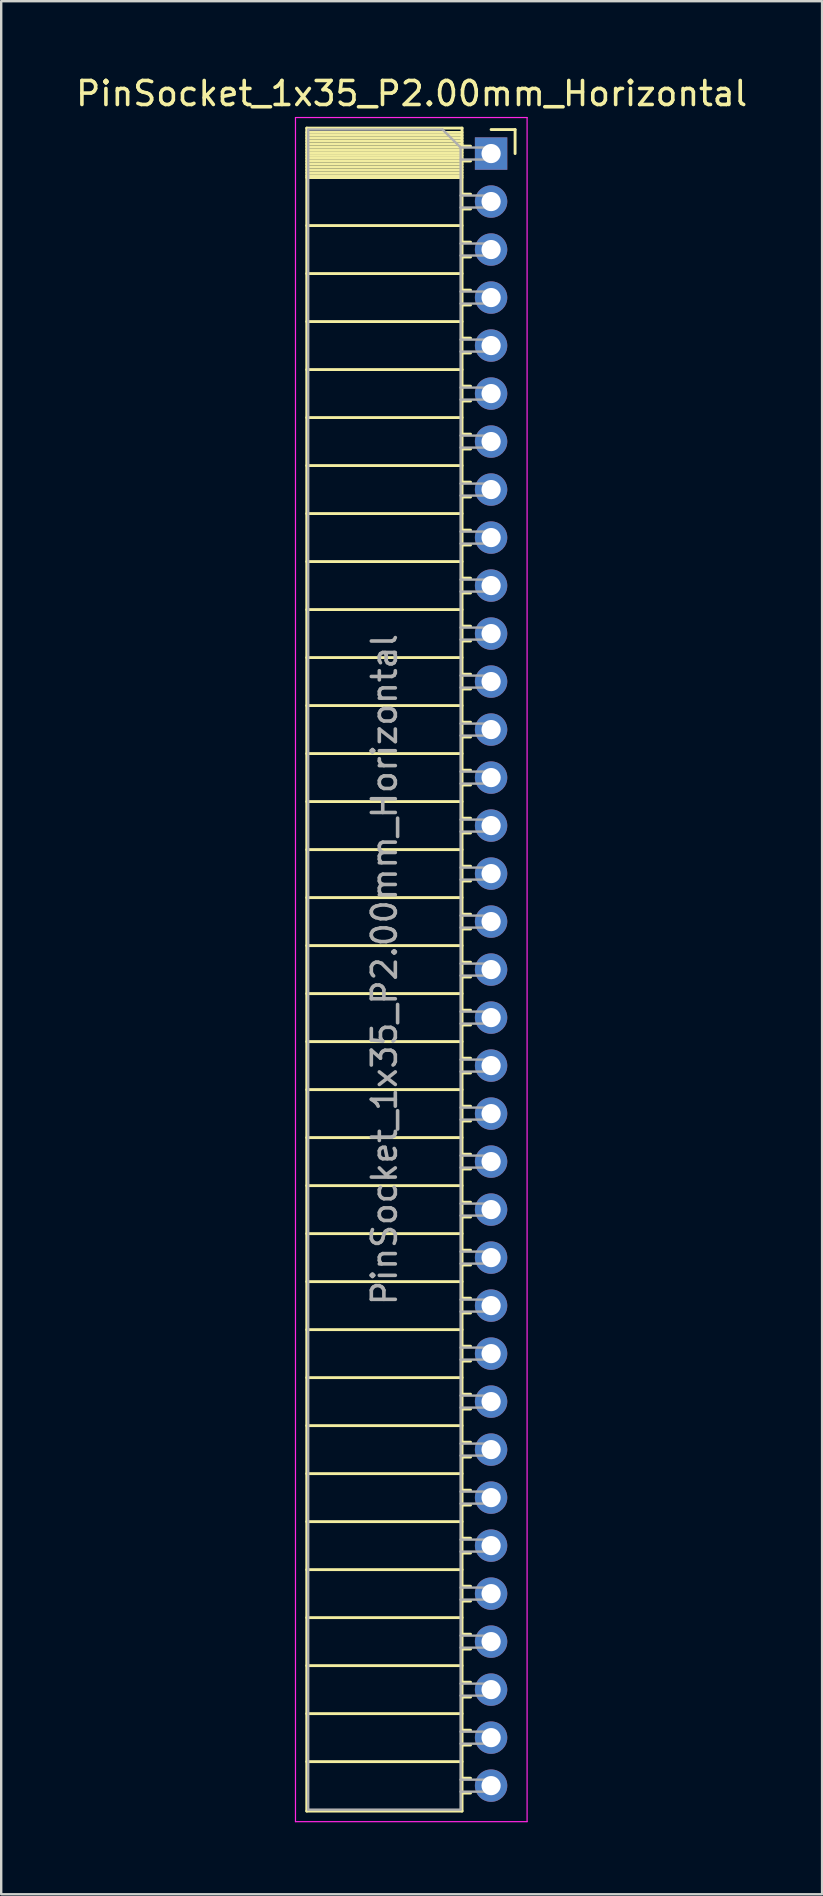
<source format=kicad_pcb>
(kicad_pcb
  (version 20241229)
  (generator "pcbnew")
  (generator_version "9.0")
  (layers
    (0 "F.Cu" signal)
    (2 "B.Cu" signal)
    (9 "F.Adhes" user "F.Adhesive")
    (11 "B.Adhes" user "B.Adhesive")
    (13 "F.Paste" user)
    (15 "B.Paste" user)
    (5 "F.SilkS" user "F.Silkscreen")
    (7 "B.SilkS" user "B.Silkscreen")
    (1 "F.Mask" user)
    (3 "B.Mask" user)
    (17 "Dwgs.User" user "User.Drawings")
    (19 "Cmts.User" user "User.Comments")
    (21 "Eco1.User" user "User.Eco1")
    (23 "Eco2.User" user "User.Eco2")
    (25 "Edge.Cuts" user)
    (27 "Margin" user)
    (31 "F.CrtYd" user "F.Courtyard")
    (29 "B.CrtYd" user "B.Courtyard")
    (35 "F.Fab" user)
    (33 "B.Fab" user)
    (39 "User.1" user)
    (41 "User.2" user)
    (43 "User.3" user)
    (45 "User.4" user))
  (footprint "PinSocket_1x35_P2.00mm_Horizontal"
    (layer "F.Cu")
    (at 17.411 3.348)
    (property "Reference" "PinSocket_1x35_P2.00mm_Horizontal" (at -3.31 -2.5 0) (layer "F.SilkS") (effects (font (size 1 1) (thickness 0.15))))
    (attr through_hole)
    (fp_line (start -7.68 -1.06) (end -1.21 -1.06) (stroke (width 0.12) (type solid)) (layer "F.SilkS"))
    (fp_line (start -7.68 -0.88) (end -1.21 -0.88) (stroke (width 0.12) (type solid)) (layer "F.SilkS"))
    (fp_line (start -7.68 -0.76) (end -1.21 -0.76) (stroke (width 0.12) (type solid)) (layer "F.SilkS"))
    (fp_line (start -7.68 -0.64) (end -1.21 -0.64) (stroke (width 0.12) (type solid)) (layer "F.SilkS"))
    (fp_line (start -7.68 -0.52) (end -1.21 -0.52) (stroke (width 0.12) (type solid)) (layer "F.SilkS"))
    (fp_line (start -7.68 -0.4) (end -1.21 -0.4) (stroke (width 0.12) (type solid)) (layer "F.SilkS"))
    (fp_line (start -7.68 -0.28) (end -1.21 -0.28) (stroke (width 0.12) (type solid)) (layer "F.SilkS"))
    (fp_line (start -7.68 -0.16) (end -1.21 -0.16) (stroke (width 0.12) (type solid)) (layer "F.SilkS"))
    (fp_line (start -7.68 -0.04) (end -1.21 -0.04) (stroke (width 0.12) (type solid)) (layer "F.SilkS"))
    (fp_line (start -7.68 0.08) (end -1.21 0.08) (stroke (width 0.12) (type solid)) (layer "F.SilkS"))
    (fp_line (start -7.68 0.2) (end -1.21 0.2) (stroke (width 0.12) (type solid)) (layer "F.SilkS"))
    (fp_line (start -7.68 0.32) (end -1.21 0.32) (stroke (width 0.12) (type solid)) (layer "F.SilkS"))
    (fp_line (start -7.68 0.44) (end -1.21 0.44) (stroke (width 0.12) (type solid)) (layer "F.SilkS"))
    (fp_line (start -7.68 0.56) (end -1.21 0.56) (stroke (width 0.12) (type solid)) (layer "F.SilkS"))
    (fp_line (start -7.68 0.68) (end -1.21 0.68) (stroke (width 0.12) (type solid)) (layer "F.SilkS"))
    (fp_line (start -7.68 0.8) (end -1.21 0.8) (stroke (width 0.12) (type solid)) (layer "F.SilkS"))
    (fp_line (start -7.68 0.92) (end -1.21 0.92) (stroke (width 0.12) (type solid)) (layer "F.SilkS"))
    (fp_line (start -7.68 1) (end -1.21 1) (stroke (width 0.12) (type solid)) (layer "F.SilkS"))
    (fp_line (start -7.68 3) (end -1.21 3) (stroke (width 0.12) (type solid)) (layer "F.SilkS"))
    (fp_line (start -7.68 5) (end -1.21 5) (stroke (width 0.12) (type solid)) (layer "F.SilkS"))
    (fp_line (start -7.68 7) (end -1.21 7) (stroke (width 0.12) (type solid)) (layer "F.SilkS"))
    (fp_line (start -7.68 9) (end -1.21 9) (stroke (width 0.12) (type solid)) (layer "F.SilkS"))
    (fp_line (start -7.68 11) (end -1.21 11) (stroke (width 0.12) (type solid)) (layer "F.SilkS"))
    (fp_line (start -7.68 13) (end -1.21 13) (stroke (width 0.12) (type solid)) (layer "F.SilkS"))
    (fp_line (start -7.68 15) (end -1.21 15) (stroke (width 0.12) (type solid)) (layer "F.SilkS"))
    (fp_line (start -7.68 17) (end -1.21 17) (stroke (width 0.12) (type solid)) (layer "F.SilkS"))
    (fp_line (start -7.68 19) (end -1.21 19) (stroke (width 0.12) (type solid)) (layer "F.SilkS"))
    (fp_line (start -7.68 21) (end -1.21 21) (stroke (width 0.12) (type solid)) (layer "F.SilkS"))
    (fp_line (start -7.68 23) (end -1.21 23) (stroke (width 0.12) (type solid)) (layer "F.SilkS"))
    (fp_line (start -7.68 25) (end -1.21 25) (stroke (width 0.12) (type solid)) (layer "F.SilkS"))
    (fp_line (start -7.68 27) (end -1.21 27) (stroke (width 0.12) (type solid)) (layer "F.SilkS"))
    (fp_line (start -7.68 29) (end -1.21 29) (stroke (width 0.12) (type solid)) (layer "F.SilkS"))
    (fp_line (start -7.68 31) (end -1.21 31) (stroke (width 0.12) (type solid)) (layer "F.SilkS"))
    (fp_line (start -7.68 33) (end -1.21 33) (stroke (width 0.12) (type solid)) (layer "F.SilkS"))
    (fp_line (start -7.68 35) (end -1.21 35) (stroke (width 0.12) (type solid)) (layer "F.SilkS"))
    (fp_line (start -7.68 37) (end -1.21 37) (stroke (width 0.12) (type solid)) (layer "F.SilkS"))
    (fp_line (start -7.68 39) (end -1.21 39) (stroke (width 0.12) (type solid)) (layer "F.SilkS"))
    (fp_line (start -7.68 41) (end -1.21 41) (stroke (width 0.12) (type solid)) (layer "F.SilkS"))
    (fp_line (start -7.68 43) (end -1.21 43) (stroke (width 0.12) (type solid)) (layer "F.SilkS"))
    (fp_line (start -7.68 45) (end -1.21 45) (stroke (width 0.12) (type solid)) (layer "F.SilkS"))
    (fp_line (start -7.68 47) (end -1.21 47) (stroke (width 0.12) (type solid)) (layer "F.SilkS"))
    (fp_line (start -7.68 49) (end -1.21 49) (stroke (width 0.12) (type solid)) (layer "F.SilkS"))
    (fp_line (start -7.68 51) (end -1.21 51) (stroke (width 0.12) (type solid)) (layer "F.SilkS"))
    (fp_line (start -7.68 53) (end -1.21 53) (stroke (width 0.12) (type solid)) (layer "F.SilkS"))
    (fp_line (start -7.68 55) (end -1.21 55) (stroke (width 0.12) (type solid)) (layer "F.SilkS"))
    (fp_line (start -7.68 57) (end -1.21 57) (stroke (width 0.12) (type solid)) (layer "F.SilkS"))
    (fp_line (start -7.68 59) (end -1.21 59) (stroke (width 0.12) (type solid)) (layer "F.SilkS"))
    (fp_line (start -7.68 61) (end -1.21 61) (stroke (width 0.12) (type solid)) (layer "F.SilkS"))
    (fp_line (start -7.68 63) (end -1.21 63) (stroke (width 0.12) (type solid)) (layer "F.SilkS"))
    (fp_line (start -7.68 65) (end -1.21 65) (stroke (width 0.12) (type solid)) (layer "F.SilkS"))
    (fp_line (start -7.68 67) (end -1.21 67) (stroke (width 0.12) (type solid)) (layer "F.SilkS"))
    (fp_line (start -7.68 69.06) (end -7.68 -1.06) (stroke (width 0.12) (type solid)) (layer "F.SilkS"))
    (fp_line (start -1.21 -1.06) (end -1.21 69.06) (stroke (width 0.12) (type solid)) (layer "F.SilkS"))
    (fp_line (start -1.21 -0.31) (end -0.855 -0.31) (stroke (width 0.12) (type solid)) (layer "F.SilkS"))
    (fp_line (start -1.21 1.69) (end -0.855 1.69) (stroke (width 0.12) (type solid)) (layer "F.SilkS"))
    (fp_line (start -1.21 3.69) (end -0.855 3.69) (stroke (width 0.12) (type solid)) (layer "F.SilkS"))
    (fp_line (start -1.21 5.69) (end -0.855 5.69) (stroke (width 0.12) (type solid)) (layer "F.SilkS"))
    (fp_line (start -1.21 7.69) (end -0.855 7.69) (stroke (width 0.12) (type solid)) (layer "F.SilkS"))
    (fp_line (start -1.21 9.69) (end -0.855 9.69) (stroke (width 0.12) (type solid)) (layer "F.SilkS"))
    (fp_line (start -1.21 11.69) (end -0.855 11.69) (stroke (width 0.12) (type solid)) (layer "F.SilkS"))
    (fp_line (start -1.21 13.69) (end -0.855 13.69) (stroke (width 0.12) (type solid)) (layer "F.SilkS"))
    (fp_line (start -1.21 15.69) (end -0.855 15.69) (stroke (width 0.12) (type solid)) (layer "F.SilkS"))
    (fp_line (start -1.21 17.69) (end -0.855 17.69) (stroke (width 0.12) (type solid)) (layer "F.SilkS"))
    (fp_line (start -1.21 19.69) (end -0.855 19.69) (stroke (width 0.12) (type solid)) (layer "F.SilkS"))
    (fp_line (start -1.21 21.69) (end -0.855 21.69) (stroke (width 0.12) (type solid)) (layer "F.SilkS"))
    (fp_line (start -1.21 23.69) (end -0.855 23.69) (stroke (width 0.12) (type solid)) (layer "F.SilkS"))
    (fp_line (start -1.21 25.69) (end -0.855 25.69) (stroke (width 0.12) (type solid)) (layer "F.SilkS"))
    (fp_line (start -1.21 27.69) (end -0.855 27.69) (stroke (width 0.12) (type solid)) (layer "F.SilkS"))
    (fp_line (start -1.21 29.69) (end -0.855 29.69) (stroke (width 0.12) (type solid)) (layer "F.SilkS"))
    (fp_line (start -1.21 31.69) (end -0.855 31.69) (stroke (width 0.12) (type solid)) (layer "F.SilkS"))
    (fp_line (start -1.21 33.69) (end -0.855 33.69) (stroke (width 0.12) (type solid)) (layer "F.SilkS"))
    (fp_line (start -1.21 35.69) (end -0.855 35.69) (stroke (width 0.12) (type solid)) (layer "F.SilkS"))
    (fp_line (start -1.21 37.69) (end -0.855 37.69) (stroke (width 0.12) (type solid)) (layer "F.SilkS"))
    (fp_line (start -1.21 39.69) (end -0.855 39.69) (stroke (width 0.12) (type solid)) (layer "F.SilkS"))
    (fp_line (start -1.21 41.69) (end -0.855 41.69) (stroke (width 0.12) (type solid)) (layer "F.SilkS"))
    (fp_line (start -1.21 43.69) (end -0.855 43.69) (stroke (width 0.12) (type solid)) (layer "F.SilkS"))
    (fp_line (start -1.21 45.69) (end -0.855 45.69) (stroke (width 0.12) (type solid)) (layer "F.SilkS"))
    (fp_line (start -1.21 47.69) (end -0.855 47.69) (stroke (width 0.12) (type solid)) (layer "F.SilkS"))
    (fp_line (start -1.21 49.69) (end -0.855 49.69) (stroke (width 0.12) (type solid)) (layer "F.SilkS"))
    (fp_line (start -1.21 51.69) (end -0.855 51.69) (stroke (width 0.12) (type solid)) (layer "F.SilkS"))
    (fp_line (start -1.21 53.69) (end -0.855 53.69) (stroke (width 0.12) (type solid)) (layer "F.SilkS"))
    (fp_line (start -1.21 55.69) (end -0.855 55.69) (stroke (width 0.12) (type solid)) (layer "F.SilkS"))
    (fp_line (start -1.21 57.69) (end -0.855 57.69) (stroke (width 0.12) (type solid)) (layer "F.SilkS"))
    (fp_line (start -1.21 59.69) (end -0.855 59.69) (stroke (width 0.12) (type solid)) (layer "F.SilkS"))
    (fp_line (start -1.21 61.69) (end -0.855 61.69) (stroke (width 0.12) (type solid)) (layer "F.SilkS"))
    (fp_line (start -1.21 63.69) (end -0.855 63.69) (stroke (width 0.12) (type solid)) (layer "F.SilkS"))
    (fp_line (start -1.21 65.69) (end -0.855 65.69) (stroke (width 0.12) (type solid)) (layer "F.SilkS"))
    (fp_line (start -1.21 67.69) (end -0.855 67.69) (stroke (width 0.12) (type solid)) (layer "F.SilkS"))
    (fp_line (start -1.21 69.06) (end -7.68 69.06) (stroke (width 0.12) (type solid)) (layer "F.SilkS"))
    (fp_line (start -0.855 0.31) (end -1.21 0.31) (stroke (width 0.12) (type solid)) (layer "F.SilkS"))
    (fp_line (start -0.855 2.31) (end -1.21 2.31) (stroke (width 0.12) (type solid)) (layer "F.SilkS"))
    (fp_line (start -0.855 4.31) (end -1.21 4.31) (stroke (width 0.12) (type solid)) (layer "F.SilkS"))
    (fp_line (start -0.855 6.31) (end -1.21 6.31) (stroke (width 0.12) (type solid)) (layer "F.SilkS"))
    (fp_line (start -0.855 8.31) (end -1.21 8.31) (stroke (width 0.12) (type solid)) (layer "F.SilkS"))
    (fp_line (start -0.855 10.31) (end -1.21 10.31) (stroke (width 0.12) (type solid)) (layer "F.SilkS"))
    (fp_line (start -0.855 12.31) (end -1.21 12.31) (stroke (width 0.12) (type solid)) (layer "F.SilkS"))
    (fp_line (start -0.855 14.31) (end -1.21 14.31) (stroke (width 0.12) (type solid)) (layer "F.SilkS"))
    (fp_line (start -0.855 16.31) (end -1.21 16.31) (stroke (width 0.12) (type solid)) (layer "F.SilkS"))
    (fp_line (start -0.855 18.31) (end -1.21 18.31) (stroke (width 0.12) (type solid)) (layer "F.SilkS"))
    (fp_line (start -0.855 20.31) (end -1.21 20.31) (stroke (width 0.12) (type solid)) (layer "F.SilkS"))
    (fp_line (start -0.855 22.31) (end -1.21 22.31) (stroke (width 0.12) (type solid)) (layer "F.SilkS"))
    (fp_line (start -0.855 24.31) (end -1.21 24.31) (stroke (width 0.12) (type solid)) (layer "F.SilkS"))
    (fp_line (start -0.855 26.31) (end -1.21 26.31) (stroke (width 0.12) (type solid)) (layer "F.SilkS"))
    (fp_line (start -0.855 28.31) (end -1.21 28.31) (stroke (width 0.12) (type solid)) (layer "F.SilkS"))
    (fp_line (start -0.855 30.31) (end -1.21 30.31) (stroke (width 0.12) (type solid)) (layer "F.SilkS"))
    (fp_line (start -0.855 32.31) (end -1.21 32.31) (stroke (width 0.12) (type solid)) (layer "F.SilkS"))
    (fp_line (start -0.855 34.31) (end -1.21 34.31) (stroke (width 0.12) (type solid)) (layer "F.SilkS"))
    (fp_line (start -0.855 36.31) (end -1.21 36.31) (stroke (width 0.12) (type solid)) (layer "F.SilkS"))
    (fp_line (start -0.855 38.31) (end -1.21 38.31) (stroke (width 0.12) (type solid)) (layer "F.SilkS"))
    (fp_line (start -0.855 40.31) (end -1.21 40.31) (stroke (width 0.12) (type solid)) (layer "F.SilkS"))
    (fp_line (start -0.855 42.31) (end -1.21 42.31) (stroke (width 0.12) (type solid)) (layer "F.SilkS"))
    (fp_line (start -0.855 44.31) (end -1.21 44.31) (stroke (width 0.12) (type solid)) (layer "F.SilkS"))
    (fp_line (start -0.855 46.31) (end -1.21 46.31) (stroke (width 0.12) (type solid)) (layer "F.SilkS"))
    (fp_line (start -0.855 48.31) (end -1.21 48.31) (stroke (width 0.12) (type solid)) (layer "F.SilkS"))
    (fp_line (start -0.855 50.31) (end -1.21 50.31) (stroke (width 0.12) (type solid)) (layer "F.SilkS"))
    (fp_line (start -0.855 52.31) (end -1.21 52.31) (stroke (width 0.12) (type solid)) (layer "F.SilkS"))
    (fp_line (start -0.855 54.31) (end -1.21 54.31) (stroke (width 0.12) (type solid)) (layer "F.SilkS"))
    (fp_line (start -0.855 56.31) (end -1.21 56.31) (stroke (width 0.12) (type solid)) (layer "F.SilkS"))
    (fp_line (start -0.855 58.31) (end -1.21 58.31) (stroke (width 0.12) (type solid)) (layer "F.SilkS"))
    (fp_line (start -0.855 60.31) (end -1.21 60.31) (stroke (width 0.12) (type solid)) (layer "F.SilkS"))
    (fp_line (start -0.855 62.31) (end -1.21 62.31) (stroke (width 0.12) (type solid)) (layer "F.SilkS"))
    (fp_line (start -0.855 64.31) (end -1.21 64.31) (stroke (width 0.12) (type solid)) (layer "F.SilkS"))
    (fp_line (start -0.855 66.31) (end -1.21 66.31) (stroke (width 0.12) (type solid)) (layer "F.SilkS"))
    (fp_line (start -0.855 68.31) (end -1.21 68.31) (stroke (width 0.12) (type solid)) (layer "F.SilkS"))
    (fp_line (start 0 -1) (end 1 -1) (stroke (width 0.12) (type solid)) (layer "F.SilkS"))
    (fp_line (start 1 -1) (end 1 0) (stroke (width 0.12) (type solid)) (layer "F.SilkS"))
    (fp_line (start -8.15 -1.5) (end -8.15 69.5) (stroke (width 0.05) (type solid)) (layer "F.CrtYd"))
    (fp_line (start -8.15 69.5) (end 1.5 69.5) (stroke (width 0.05) (type solid)) (layer "F.CrtYd"))
    (fp_line (start 1.5 -1.5) (end -8.15 -1.5) (stroke (width 0.05) (type solid)) (layer "F.CrtYd"))
    (fp_line (start 1.5 69.5) (end 1.5 -1.5) (stroke (width 0.05) (type solid)) (layer "F.CrtYd"))
    (fp_line (start -7.62 -1) (end -2.02 -1) (stroke (width 0.1) (type solid)) (layer "F.Fab"))
    (fp_line (start -7.62 69) (end -7.62 -1) (stroke (width 0.1) (type solid)) (layer "F.Fab"))
    (fp_line (start -2.02 -1) (end -1.27 -0.25) (stroke (width 0.1) (type solid)) (layer "F.Fab"))
    (fp_line (start -1.27 -0.25) (end -1.27 69) (stroke (width 0.1) (type solid)) (layer "F.Fab"))
    (fp_line (start -1.27 0.25) (end 0 0.25) (stroke (width 0.1) (type solid)) (layer "F.Fab"))
    (fp_line (start -1.27 2.25) (end 0 2.25) (stroke (width 0.1) (type solid)) (layer "F.Fab"))
    (fp_line (start -1.27 4.25) (end 0 4.25) (stroke (width 0.1) (type solid)) (layer "F.Fab"))
    (fp_line (start -1.27 6.25) (end 0 6.25) (stroke (width 0.1) (type solid)) (layer "F.Fab"))
    (fp_line (start -1.27 8.25) (end 0 8.25) (stroke (width 0.1) (type solid)) (layer "F.Fab"))
    (fp_line (start -1.27 10.25) (end 0 10.25) (stroke (width 0.1) (type solid)) (layer "F.Fab"))
    (fp_line (start -1.27 12.25) (end 0 12.25) (stroke (width 0.1) (type solid)) (layer "F.Fab"))
    (fp_line (start -1.27 14.25) (end 0 14.25) (stroke (width 0.1) (type solid)) (layer "F.Fab"))
    (fp_line (start -1.27 16.25) (end 0 16.25) (stroke (width 0.1) (type solid)) (layer "F.Fab"))
    (fp_line (start -1.27 18.25) (end 0 18.25) (stroke (width 0.1) (type solid)) (layer "F.Fab"))
    (fp_line (start -1.27 20.25) (end 0 20.25) (stroke (width 0.1) (type solid)) (layer "F.Fab"))
    (fp_line (start -1.27 22.25) (end 0 22.25) (stroke (width 0.1) (type solid)) (layer "F.Fab"))
    (fp_line (start -1.27 24.25) (end 0 24.25) (stroke (width 0.1) (type solid)) (layer "F.Fab"))
    (fp_line (start -1.27 26.25) (end 0 26.25) (stroke (width 0.1) (type solid)) (layer "F.Fab"))
    (fp_line (start -1.27 28.25) (end 0 28.25) (stroke (width 0.1) (type solid)) (layer "F.Fab"))
    (fp_line (start -1.27 30.25) (end 0 30.25) (stroke (width 0.1) (type solid)) (layer "F.Fab"))
    (fp_line (start -1.27 32.25) (end 0 32.25) (stroke (width 0.1) (type solid)) (layer "F.Fab"))
    (fp_line (start -1.27 34.25) (end 0 34.25) (stroke (width 0.1) (type solid)) (layer "F.Fab"))
    (fp_line (start -1.27 36.25) (end 0 36.25) (stroke (width 0.1) (type solid)) (layer "F.Fab"))
    (fp_line (start -1.27 38.25) (end 0 38.25) (stroke (width 0.1) (type solid)) (layer "F.Fab"))
    (fp_line (start -1.27 40.25) (end 0 40.25) (stroke (width 0.1) (type solid)) (layer "F.Fab"))
    (fp_line (start -1.27 42.25) (end 0 42.25) (stroke (width 0.1) (type solid)) (layer "F.Fab"))
    (fp_line (start -1.27 44.25) (end 0 44.25) (stroke (width 0.1) (type solid)) (layer "F.Fab"))
    (fp_line (start -1.27 46.25) (end 0 46.25) (stroke (width 0.1) (type solid)) (layer "F.Fab"))
    (fp_line (start -1.27 48.25) (end 0 48.25) (stroke (width 0.1) (type solid)) (layer "F.Fab"))
    (fp_line (start -1.27 50.25) (end 0 50.25) (stroke (width 0.1) (type solid)) (layer "F.Fab"))
    (fp_line (start -1.27 52.25) (end 0 52.25) (stroke (width 0.1) (type solid)) (layer "F.Fab"))
    (fp_line (start -1.27 54.25) (end 0 54.25) (stroke (width 0.1) (type solid)) (layer "F.Fab"))
    (fp_line (start -1.27 56.25) (end 0 56.25) (stroke (width 0.1) (type solid)) (layer "F.Fab"))
    (fp_line (start -1.27 58.25) (end 0 58.25) (stroke (width 0.1) (type solid)) (layer "F.Fab"))
    (fp_line (start -1.27 60.25) (end 0 60.25) (stroke (width 0.1) (type solid)) (layer "F.Fab"))
    (fp_line (start -1.27 62.25) (end 0 62.25) (stroke (width 0.1) (type solid)) (layer "F.Fab"))
    (fp_line (start -1.27 64.25) (end 0 64.25) (stroke (width 0.1) (type solid)) (layer "F.Fab"))
    (fp_line (start -1.27 66.25) (end 0 66.25) (stroke (width 0.1) (type solid)) (layer "F.Fab"))
    (fp_line (start -1.27 68.25) (end 0 68.25) (stroke (width 0.1) (type solid)) (layer "F.Fab"))
    (fp_line (start -1.27 69) (end -7.62 69) (stroke (width 0.1) (type solid)) (layer "F.Fab"))
    (fp_line (start 0 -0.25) (end -1.27 -0.25) (stroke (width 0.1) (type solid)) (layer "F.Fab"))
    (fp_line (start 0 0.25) (end 0 -0.25) (stroke (width 0.1) (type solid)) (layer "F.Fab"))
    (fp_line (start 0 1.75) (end -1.27 1.75) (stroke (width 0.1) (type solid)) (layer "F.Fab"))
    (fp_line (start 0 2.25) (end 0 1.75) (stroke (width 0.1) (type solid)) (layer "F.Fab"))
    (fp_line (start 0 3.75) (end -1.27 3.75) (stroke (width 0.1) (type solid)) (layer "F.Fab"))
    (fp_line (start 0 4.25) (end 0 3.75) (stroke (width 0.1) (type solid)) (layer "F.Fab"))
    (fp_line (start 0 5.75) (end -1.27 5.75) (stroke (width 0.1) (type solid)) (layer "F.Fab"))
    (fp_line (start 0 6.25) (end 0 5.75) (stroke (width 0.1) (type solid)) (layer "F.Fab"))
    (fp_line (start 0 7.75) (end -1.27 7.75) (stroke (width 0.1) (type solid)) (layer "F.Fab"))
    (fp_line (start 0 8.25) (end 0 7.75) (stroke (width 0.1) (type solid)) (layer "F.Fab"))
    (fp_line (start 0 9.75) (end -1.27 9.75) (stroke (width 0.1) (type solid)) (layer "F.Fab"))
    (fp_line (start 0 10.25) (end 0 9.75) (stroke (width 0.1) (type solid)) (layer "F.Fab"))
    (fp_line (start 0 11.75) (end -1.27 11.75) (stroke (width 0.1) (type solid)) (layer "F.Fab"))
    (fp_line (start 0 12.25) (end 0 11.75) (stroke (width 0.1) (type solid)) (layer "F.Fab"))
    (fp_line (start 0 13.75) (end -1.27 13.75) (stroke (width 0.1) (type solid)) (layer "F.Fab"))
    (fp_line (start 0 14.25) (end 0 13.75) (stroke (width 0.1) (type solid)) (layer "F.Fab"))
    (fp_line (start 0 15.75) (end -1.27 15.75) (stroke (width 0.1) (type solid)) (layer "F.Fab"))
    (fp_line (start 0 16.25) (end 0 15.75) (stroke (width 0.1) (type solid)) (layer "F.Fab"))
    (fp_line (start 0 17.75) (end -1.27 17.75) (stroke (width 0.1) (type solid)) (layer "F.Fab"))
    (fp_line (start 0 18.25) (end 0 17.75) (stroke (width 0.1) (type solid)) (layer "F.Fab"))
    (fp_line (start 0 19.75) (end -1.27 19.75) (stroke (width 0.1) (type solid)) (layer "F.Fab"))
    (fp_line (start 0 20.25) (end 0 19.75) (stroke (width 0.1) (type solid)) (layer "F.Fab"))
    (fp_line (start 0 21.75) (end -1.27 21.75) (stroke (width 0.1) (type solid)) (layer "F.Fab"))
    (fp_line (start 0 22.25) (end 0 21.75) (stroke (width 0.1) (type solid)) (layer "F.Fab"))
    (fp_line (start 0 23.75) (end -1.27 23.75) (stroke (width 0.1) (type solid)) (layer "F.Fab"))
    (fp_line (start 0 24.25) (end 0 23.75) (stroke (width 0.1) (type solid)) (layer "F.Fab"))
    (fp_line (start 0 25.75) (end -1.27 25.75) (stroke (width 0.1) (type solid)) (layer "F.Fab"))
    (fp_line (start 0 26.25) (end 0 25.75) (stroke (width 0.1) (type solid)) (layer "F.Fab"))
    (fp_line (start 0 27.75) (end -1.27 27.75) (stroke (width 0.1) (type solid)) (layer "F.Fab"))
    (fp_line (start 0 28.25) (end 0 27.75) (stroke (width 0.1) (type solid)) (layer "F.Fab"))
    (fp_line (start 0 29.75) (end -1.27 29.75) (stroke (width 0.1) (type solid)) (layer "F.Fab"))
    (fp_line (start 0 30.25) (end 0 29.75) (stroke (width 0.1) (type solid)) (layer "F.Fab"))
    (fp_line (start 0 31.75) (end -1.27 31.75) (stroke (width 0.1) (type solid)) (layer "F.Fab"))
    (fp_line (start 0 32.25) (end 0 31.75) (stroke (width 0.1) (type solid)) (layer "F.Fab"))
    (fp_line (start 0 33.75) (end -1.27 33.75) (stroke (width 0.1) (type solid)) (layer "F.Fab"))
    (fp_line (start 0 34.25) (end 0 33.75) (stroke (width 0.1) (type solid)) (layer "F.Fab"))
    (fp_line (start 0 35.75) (end -1.27 35.75) (stroke (width 0.1) (type solid)) (layer "F.Fab"))
    (fp_line (start 0 36.25) (end 0 35.75) (stroke (width 0.1) (type solid)) (layer "F.Fab"))
    (fp_line (start 0 37.75) (end -1.27 37.75) (stroke (width 0.1) (type solid)) (layer "F.Fab"))
    (fp_line (start 0 38.25) (end 0 37.75) (stroke (width 0.1) (type solid)) (layer "F.Fab"))
    (fp_line (start 0 39.75) (end -1.27 39.75) (stroke (width 0.1) (type solid)) (layer "F.Fab"))
    (fp_line (start 0 40.25) (end 0 39.75) (stroke (width 0.1) (type solid)) (layer "F.Fab"))
    (fp_line (start 0 41.75) (end -1.27 41.75) (stroke (width 0.1) (type solid)) (layer "F.Fab"))
    (fp_line (start 0 42.25) (end 0 41.75) (stroke (width 0.1) (type solid)) (layer "F.Fab"))
    (fp_line (start 0 43.75) (end -1.27 43.75) (stroke (width 0.1) (type solid)) (layer "F.Fab"))
    (fp_line (start 0 44.25) (end 0 43.75) (stroke (width 0.1) (type solid)) (layer "F.Fab"))
    (fp_line (start 0 45.75) (end -1.27 45.75) (stroke (width 0.1) (type solid)) (layer "F.Fab"))
    (fp_line (start 0 46.25) (end 0 45.75) (stroke (width 0.1) (type solid)) (layer "F.Fab"))
    (fp_line (start 0 47.75) (end -1.27 47.75) (stroke (width 0.1) (type solid)) (layer "F.Fab"))
    (fp_line (start 0 48.25) (end 0 47.75) (stroke (width 0.1) (type solid)) (layer "F.Fab"))
    (fp_line (start 0 49.75) (end -1.27 49.75) (stroke (width 0.1) (type solid)) (layer "F.Fab"))
    (fp_line (start 0 50.25) (end 0 49.75) (stroke (width 0.1) (type solid)) (layer "F.Fab"))
    (fp_line (start 0 51.75) (end -1.27 51.75) (stroke (width 0.1) (type solid)) (layer "F.Fab"))
    (fp_line (start 0 52.25) (end 0 51.75) (stroke (width 0.1) (type solid)) (layer "F.Fab"))
    (fp_line (start 0 53.75) (end -1.27 53.75) (stroke (width 0.1) (type solid)) (layer "F.Fab"))
    (fp_line (start 0 54.25) (end 0 53.75) (stroke (width 0.1) (type solid)) (layer "F.Fab"))
    (fp_line (start 0 55.75) (end -1.27 55.75) (stroke (width 0.1) (type solid)) (layer "F.Fab"))
    (fp_line (start 0 56.25) (end 0 55.75) (stroke (width 0.1) (type solid)) (layer "F.Fab"))
    (fp_line (start 0 57.75) (end -1.27 57.75) (stroke (width 0.1) (type solid)) (layer "F.Fab"))
    (fp_line (start 0 58.25) (end 0 57.75) (stroke (width 0.1) (type solid)) (layer "F.Fab"))
    (fp_line (start 0 59.75) (end -1.27 59.75) (stroke (width 0.1) (type solid)) (layer "F.Fab"))
    (fp_line (start 0 60.25) (end 0 59.75) (stroke (width 0.1) (type solid)) (layer "F.Fab"))
    (fp_line (start 0 61.75) (end -1.27 61.75) (stroke (width 0.1) (type solid)) (layer "F.Fab"))
    (fp_line (start 0 62.25) (end 0 61.75) (stroke (width 0.1) (type solid)) (layer "F.Fab"))
    (fp_line (start 0 63.75) (end -1.27 63.75) (stroke (width 0.1) (type solid)) (layer "F.Fab"))
    (fp_line (start 0 64.25) (end 0 63.75) (stroke (width 0.1) (type solid)) (layer "F.Fab"))
    (fp_line (start 0 65.75) (end -1.27 65.75) (stroke (width 0.1) (type solid)) (layer "F.Fab"))
    (fp_line (start 0 66.25) (end 0 65.75) (stroke (width 0.1) (type solid)) (layer "F.Fab"))
    (fp_line (start 0 67.75) (end -1.27 67.75) (stroke (width 0.1) (type solid)) (layer "F.Fab"))
    (fp_line (start 0 68.25) (end 0 67.75) (stroke (width 0.1) (type solid)) (layer "F.Fab"))
    (fp_text user "${REFERENCE}" (at -4.445 34 90) (layer "F.Fab") (effects (font (size 1 1) (thickness 0.15))))
    (pad "1" thru_hole rect (at 0 0) (size 1.35 1.35) (drill 0.8) (layers "*.Cu" "*.Mask"))
    (pad "2" thru_hole oval (at 0 2) (size 1.35 1.35) (drill 0.8) (layers "*.Cu" "*.Mask"))
    (pad "3" thru_hole oval (at 0 4) (size 1.35 1.35) (drill 0.8) (layers "*.Cu" "*.Mask"))
    (pad "4" thru_hole oval (at 0 6) (size 1.35 1.35) (drill 0.8) (layers "*.Cu" "*.Mask"))
    (pad "5" thru_hole oval (at 0 8) (size 1.35 1.35) (drill 0.8) (layers "*.Cu" "*.Mask"))
    (pad "6" thru_hole oval (at 0 10) (size 1.35 1.35) (drill 0.8) (layers "*.Cu" "*.Mask"))
    (pad "7" thru_hole oval (at 0 12) (size 1.35 1.35) (drill 0.8) (layers "*.Cu" "*.Mask"))
    (pad "8" thru_hole oval (at 0 14) (size 1.35 1.35) (drill 0.8) (layers "*.Cu" "*.Mask"))
    (pad "9" thru_hole oval (at 0 16) (size 1.35 1.35) (drill 0.8) (layers "*.Cu" "*.Mask"))
    (pad "10" thru_hole oval (at 0 18) (size 1.35 1.35) (drill 0.8) (layers "*.Cu" "*.Mask"))
    (pad "11" thru_hole oval (at 0 20) (size 1.35 1.35) (drill 0.8) (layers "*.Cu" "*.Mask"))
    (pad "12" thru_hole oval (at 0 22) (size 1.35 1.35) (drill 0.8) (layers "*.Cu" "*.Mask"))
    (pad "13" thru_hole oval (at 0 24) (size 1.35 1.35) (drill 0.8) (layers "*.Cu" "*.Mask"))
    (pad "14" thru_hole oval (at 0 26) (size 1.35 1.35) (drill 0.8) (layers "*.Cu" "*.Mask"))
    (pad "15" thru_hole oval (at 0 28) (size 1.35 1.35) (drill 0.8) (layers "*.Cu" "*.Mask"))
    (pad "16" thru_hole oval (at 0 30) (size 1.35 1.35) (drill 0.8) (layers "*.Cu" "*.Mask"))
    (pad "17" thru_hole oval (at 0 32) (size 1.35 1.35) (drill 0.8) (layers "*.Cu" "*.Mask"))
    (pad "18" thru_hole oval (at 0 34) (size 1.35 1.35) (drill 0.8) (layers "*.Cu" "*.Mask"))
    (pad "19" thru_hole oval (at 0 36) (size 1.35 1.35) (drill 0.8) (layers "*.Cu" "*.Mask"))
    (pad "20" thru_hole oval (at 0 38) (size 1.35 1.35) (drill 0.8) (layers "*.Cu" "*.Mask"))
    (pad "21" thru_hole oval (at 0 40) (size 1.35 1.35) (drill 0.8) (layers "*.Cu" "*.Mask"))
    (pad "22" thru_hole oval (at 0 42) (size 1.35 1.35) (drill 0.8) (layers "*.Cu" "*.Mask"))
    (pad "23" thru_hole oval (at 0 44) (size 1.35 1.35) (drill 0.8) (layers "*.Cu" "*.Mask"))
    (pad "24" thru_hole oval (at 0 46) (size 1.35 1.35) (drill 0.8) (layers "*.Cu" "*.Mask"))
    (pad "25" thru_hole oval (at 0 48) (size 1.35 1.35) (drill 0.8) (layers "*.Cu" "*.Mask"))
    (pad "26" thru_hole oval (at 0 50) (size 1.35 1.35) (drill 0.8) (layers "*.Cu" "*.Mask"))
    (pad "27" thru_hole oval (at 0 52) (size 1.35 1.35) (drill 0.8) (layers "*.Cu" "*.Mask"))
    (pad "28" thru_hole oval (at 0 54) (size 1.35 1.35) (drill 0.8) (layers "*.Cu" "*.Mask"))
    (pad "29" thru_hole oval (at 0 56) (size 1.35 1.35) (drill 0.8) (layers "*.Cu" "*.Mask"))
    (pad "30" thru_hole oval (at 0 58) (size 1.35 1.35) (drill 0.8) (layers "*.Cu" "*.Mask"))
    (pad "31" thru_hole oval (at 0 60) (size 1.35 1.35) (drill 0.8) (layers "*.Cu" "*.Mask"))
    (pad "32" thru_hole oval (at 0 62) (size 1.35 1.35) (drill 0.8) (layers "*.Cu" "*.Mask"))
    (pad "33" thru_hole oval (at 0 64) (size 1.35 1.35) (drill 0.8) (layers "*.Cu" "*.Mask"))
    (pad "34" thru_hole oval (at 0 66) (size 1.35 1.35) (drill 0.8) (layers "*.Cu" "*.Mask"))
    (pad "35" thru_hole oval (at 0 68) (size 1.35 1.35) (drill 0.8) (layers "*.Cu" "*.Mask")))
  (gr_rect
    (start -3 -3)
    (end 31.202 75.873)
    (stroke (width 0.1) (type default))
    (fill no)
    (layer "Edge.Cuts")))
</source>
